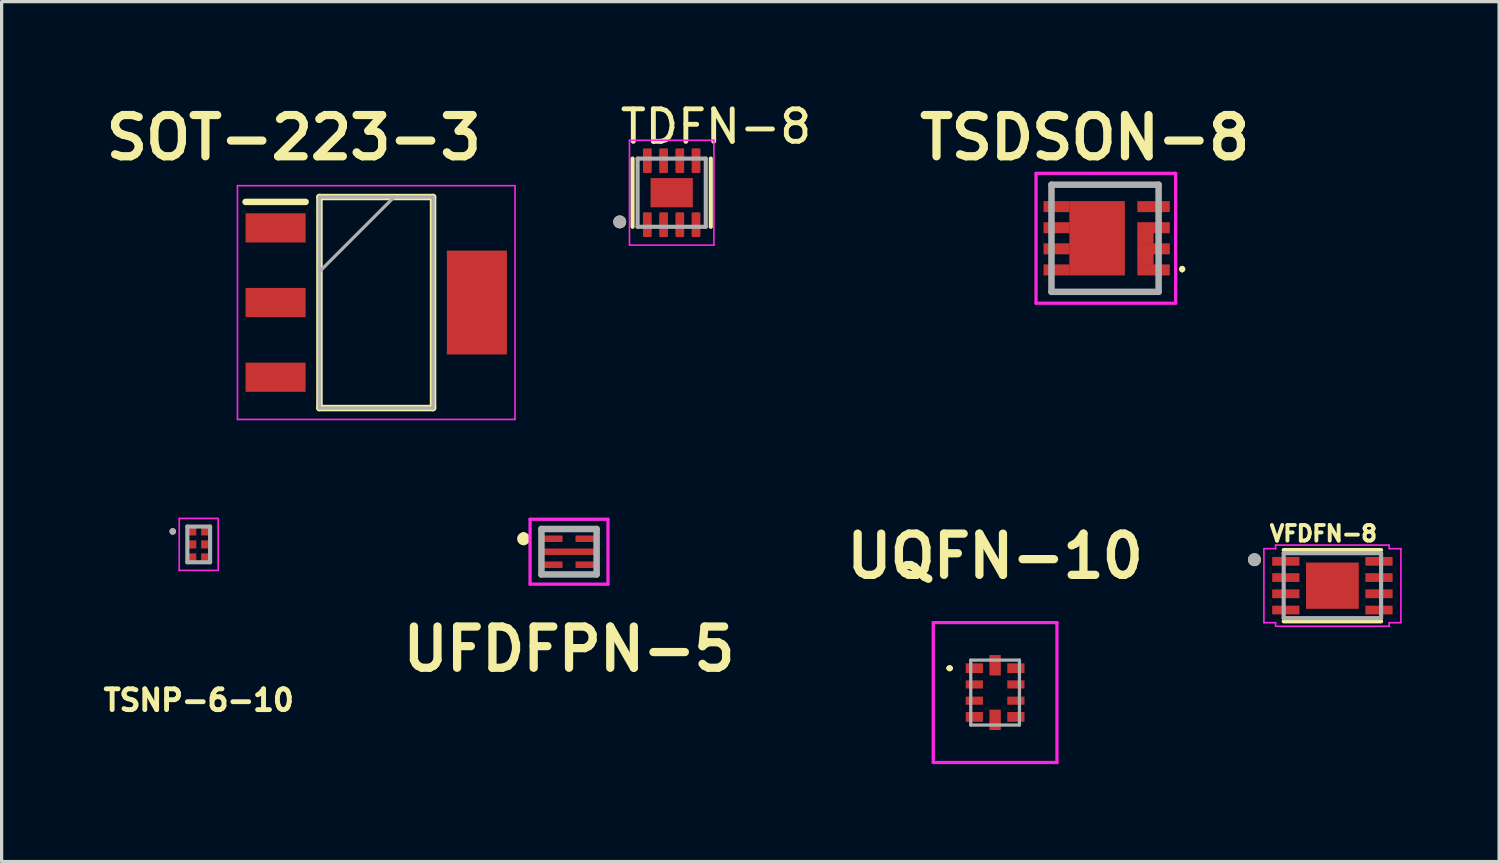
<source format=kicad_pcb>
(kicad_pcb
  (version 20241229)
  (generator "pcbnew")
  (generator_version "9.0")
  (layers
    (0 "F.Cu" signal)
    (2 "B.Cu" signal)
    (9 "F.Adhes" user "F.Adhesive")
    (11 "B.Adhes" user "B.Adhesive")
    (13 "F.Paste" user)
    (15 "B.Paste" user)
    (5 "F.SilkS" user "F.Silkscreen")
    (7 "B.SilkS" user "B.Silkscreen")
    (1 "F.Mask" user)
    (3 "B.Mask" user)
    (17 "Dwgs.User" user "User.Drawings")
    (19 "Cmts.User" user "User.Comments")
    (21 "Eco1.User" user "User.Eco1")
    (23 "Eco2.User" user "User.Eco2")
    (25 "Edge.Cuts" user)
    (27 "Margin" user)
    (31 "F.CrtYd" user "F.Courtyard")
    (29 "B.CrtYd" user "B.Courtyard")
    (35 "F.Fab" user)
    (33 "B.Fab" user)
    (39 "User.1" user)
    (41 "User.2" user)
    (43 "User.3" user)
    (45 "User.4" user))
  (footprint "TSDSON-8"
    (layer "F.Cu")
    (at 30.362 4.289)
    (property "Reference" "TSDSON-8" (at 0 -3.1 0) (layer "F.SilkS") (effects (font (size 1.27 1.27) (thickness 0.254))))
    (attr smd)
    (fp_line (start -1.025 -1.65) (end 2.275 -1.65) (stroke (width 0.1) (type solid)) (layer "F.SilkS"))
    (fp_line (start -1.025 -1.5) (end -1.025 -1.65) (stroke (width 0.1) (type solid)) (layer "F.SilkS"))
    (fp_line (start -1.025 1.5) (end -1.025 1.65) (stroke (width 0.1) (type solid)) (layer "F.SilkS"))
    (fp_line (start -1.025 1.65) (end 2.275 1.65) (stroke (width 0.1) (type solid)) (layer "F.SilkS"))
    (fp_line (start 2.275 -1.65) (end 2.275 -1.5) (stroke (width 0.1) (type solid)) (layer "F.SilkS"))
    (fp_line (start 2.275 1.65) (end 2.275 1.5) (stroke (width 0.1) (type solid)) (layer "F.SilkS"))
    (fp_line (start 3 0.9) (end 3 0.9) (stroke (width 0.1) (type solid)) (layer "F.SilkS"))
    (fp_line (start 3 1) (end 3 1) (stroke (width 0.1) (type solid)) (layer "F.SilkS"))
    (fp_arc (start 3 0.9) (mid 3.05 0.95) (end 3 1) (stroke (width 0.1) (type solid)) (layer "F.SilkS"))
    (fp_arc (start 3 1) (mid 2.95 0.95) (end 3 0.9) (stroke (width 0.1) (type solid)) (layer "F.SilkS"))
    (fp_line (start -1.5 -2) (end 2.8 -2) (stroke (width 0.1) (type solid)) (layer "F.CrtYd"))
    (fp_line (start -1.5 2) (end -1.5 -2) (stroke (width 0.1) (type solid)) (layer "F.CrtYd"))
    (fp_line (start 2.8 -2) (end 2.8 2) (stroke (width 0.1) (type solid)) (layer "F.CrtYd"))
    (fp_line (start 2.8 2) (end -1.5 2) (stroke (width 0.1) (type solid)) (layer "F.CrtYd"))
    (fp_line (start -1.025 -1.65) (end 2.275 -1.65) (stroke (width 0.2) (type solid)) (layer "F.Fab"))
    (fp_line (start -1.025 1.65) (end -1.025 -1.65) (stroke (width 0.2) (type solid)) (layer "F.Fab"))
    (fp_line (start 2.275 -1.65) (end 2.275 1.65) (stroke (width 0.2) (type solid)) (layer "F.Fab"))
    (fp_line (start 2.275 1.65) (end -1.025 1.65) (stroke (width 0.2) (type solid)) (layer "F.Fab"))
    (pad "1" smd rect (at 2.12 0.975 90) (size 0.34 1) (layers "F.Cu" "F.Mask" "F.Paste"))
    (pad "2" smd rect (at 2.12 0.325 90) (size 0.34 1) (layers "F.Cu" "F.Mask" "F.Paste"))
    (pad "3" smd rect (at 2.12 -0.325 90) (size 0.34 1) (layers "F.Cu" "F.Mask" "F.Paste"))
    (pad "4" smd rect (at 2.12 -0.975 90) (size 0.34 1) (layers "F.Cu" "F.Mask" "F.Paste"))
    (pad "5" smd rect (at -0.87 -0.975 90) (size 0.34 0.8) (layers "F.Cu" "F.Mask" "F.Paste"))
    (pad "6" smd rect (at -0.87 -0.325 90) (size 0.34 0.8) (layers "F.Cu" "F.Mask" "F.Paste"))
    (pad "7" smd rect (at -0.87 0.325 90) (size 0.34 0.8) (layers "F.Cu" "F.Mask" "F.Paste"))
    (pad "8" smd rect (at -0.87 0.975 90) (size 0.34 0.8) (layers "F.Cu" "F.Mask" "F.Paste"))
    (pad "9" smd rect (at 0.38 0) (size 1.71 2.29) (layers "F.Cu" "F.Mask" "F.Paste"))
    (pad "10" smd rect (at 1.87 0 90) (size 0.34 0.5) (layers "F.Cu" "F.Mask" "F.Paste"))
    (pad "11" smd rect (at 1.87 0.65 90) (size 0.34 0.5) (layers "F.Cu" "F.Mask" "F.Paste")))
  (footprint "TSNP-6-10"
    (layer "F.Cu")
    (at 3.071 13.719)
    (property "Reference" "TSNP-6-10" (at 0 4.8 0) (layer "F.SilkS") (effects (font (size 0.64 0.64) (thickness 0.15))))
    (attr smd)
    (fp_poly (pts (xy -0.35 -0.55) (xy -0.05 -0.55) (xy -0.05 -0.25) (xy -0.35 -0.25)) (stroke (width 0.01) (type solid)) (fill yes) (layer "F.Mask"))
    (fp_poly (pts (xy -0.35 -0.15) (xy -0.05 -0.15) (xy -0.05 0.15) (xy -0.35 0.15)) (stroke (width 0.01) (type solid)) (fill yes) (layer "F.Mask"))
    (fp_poly (pts (xy -0.35 0.25) (xy -0.05 0.25) (xy -0.05 0.55) (xy -0.35 0.55)) (stroke (width 0.01) (type solid)) (fill yes) (layer "F.Mask"))
    (fp_poly (pts (xy 0.05 -0.55) (xy 0.35 -0.55) (xy 0.35 -0.25) (xy 0.05 -0.25)) (stroke (width 0.01) (type solid)) (fill yes) (layer "F.Mask"))
    (fp_poly (pts (xy 0.05 -0.15) (xy 0.35 -0.15) (xy 0.35 0.15) (xy 0.05 0.15)) (stroke (width 0.01) (type solid)) (fill yes) (layer "F.Mask"))
    (fp_poly (pts (xy 0.05 0.25) (xy 0.35 0.25) (xy 0.35 0.55) (xy 0.05 0.55)) (stroke (width 0.01) (type solid)) (fill yes) (layer "F.Mask"))
    (fp_circle (center -0.8 -0.4) (end -0.75 -0.4) (stroke (width 0.1) (type solid)) (fill no) (layer "F.SilkS"))
    (fp_circle (center -0.2 -0.4) (end -0.138 -0.4) (stroke (width 0.125) (type solid)) (fill no) (layer "F.Paste"))
    (fp_circle (center -0.2 0) (end -0.138 0) (stroke (width 0.125) (type solid)) (fill no) (layer "F.Paste"))
    (fp_circle (center -0.2 0.4) (end -0.138 0.4) (stroke (width 0.125) (type solid)) (fill no) (layer "F.Paste"))
    (fp_circle (center 0.2 -0.4) (end 0.263 -0.4) (stroke (width 0.125) (type solid)) (fill no) (layer "F.Paste"))
    (fp_circle (center 0.2 0) (end 0.263 0) (stroke (width 0.125) (type solid)) (fill no) (layer "F.Paste"))
    (fp_circle (center 0.2 0.4) (end 0.263 0.4) (stroke (width 0.125) (type solid)) (fill no) (layer "F.Paste"))
    (fp_line (start -0.6 -0.8) (end 0.6 -0.8) (stroke (width 0.05) (type solid)) (layer "F.CrtYd"))
    (fp_line (start -0.6 0.8) (end -0.6 -0.8) (stroke (width 0.05) (type solid)) (layer "F.CrtYd"))
    (fp_line (start 0.6 -0.8) (end 0.6 0.8) (stroke (width 0.05) (type solid)) (layer "F.CrtYd"))
    (fp_line (start 0.6 0.8) (end -0.6 0.8) (stroke (width 0.05) (type solid)) (layer "F.CrtYd"))
    (fp_line (start -0.35 -0.55) (end 0.35 -0.55) (stroke (width 0.127) (type solid)) (layer "F.Fab"))
    (fp_line (start -0.35 0.55) (end -0.35 -0.55) (stroke (width 0.127) (type solid)) (layer "F.Fab"))
    (fp_line (start 0.35 -0.55) (end 0.35 0.55) (stroke (width 0.127) (type solid)) (layer "F.Fab"))
    (fp_line (start 0.35 0.55) (end -0.35 0.55) (stroke (width 0.127) (type solid)) (layer "F.Fab"))
    (fp_circle (center -0.8 -0.4) (end -0.75 -0.4) (stroke (width 0.1) (type solid)) (fill no) (layer "F.Fab"))
    (pad "1" smd rect (at -0.2 -0.4 90) (size 0.25 0.25) (layers "F.Cu"))
    (pad "2" smd rect (at -0.2 0 90) (size 0.25 0.25) (layers "F.Cu"))
    (pad "3" smd rect (at -0.2 0.4 90) (size 0.25 0.25) (layers "F.Cu"))
    (pad "4" smd rect (at 0.2 0.4 90) (size 0.25 0.25) (layers "F.Cu"))
    (pad "5" smd rect (at 0.2 0 90) (size 0.25 0.25) (layers "F.Cu"))
    (pad "6" smd rect (at 0.2 -0.4 90) (size 0.25 0.25) (layers "F.Cu")))
  (footprint "TDFN-8"
    (layer "F.Cu")
    (at 17.639 2.865)
    (property "Reference" "TDFN-8" (at 1.365 -2.017 0) (layer "F.SilkS") (effects (font (size 1 1) (thickness 0.15))))
    (attr smd)
    (fp_line (start -1.205 1.07) (end -1.205 -1.03) (stroke (width 0.127) (type solid)) (layer "F.SilkS"))
    (fp_line (start 1.205 1.07) (end 1.205 -1.03) (stroke (width 0.127) (type solid)) (layer "F.SilkS"))
    (fp_circle (center -1.6 0.92) (end -1.6 0.82) (stroke (width 0.2) (type solid)) (fill no) (layer "F.SilkS"))
    (fp_rect (start -0.41 -0.26) (end 0.41 0.3) (stroke (width 0.01) (type solid)) (fill yes) (layer "F.Paste"))
    (fp_line (start -1.3 -1.595) (end 1.3 -1.595) (stroke (width 0.05) (type solid)) (layer "F.CrtYd"))
    (fp_line (start -1.3 1.635) (end -1.3 -1.595) (stroke (width 0.05) (type solid)) (layer "F.CrtYd"))
    (fp_line (start -1.3 1.635) (end 1.3 1.635) (stroke (width 0.05) (type solid)) (layer "F.CrtYd"))
    (fp_line (start 1.3 1.635) (end 1.3 -1.595) (stroke (width 0.05) (type solid)) (layer "F.CrtYd"))
    (fp_line (start -1.05 -1.03) (end 1.05 -1.03) (stroke (width 0.127) (type solid)) (layer "F.Fab"))
    (fp_line (start -1.05 1.07) (end -1.05 -1.03) (stroke (width 0.127) (type solid)) (layer "F.Fab"))
    (fp_line (start -1.05 1.07) (end 1.05 1.07) (stroke (width 0.127) (type solid)) (layer "F.Fab"))
    (fp_line (start 1.05 1.07) (end 1.05 -1.03) (stroke (width 0.127) (type solid)) (layer "F.Fab"))
    (fp_circle (center -1.6 0.92) (end -1.6 0.82) (stroke (width 0.2) (type solid)) (fill no) (layer "F.Fab"))
    (pad "1" smd roundrect (at -0.75 1.005 90) (size 0.76 0.27) (layers "F.Cu" "F.Mask" "F.Paste") (roundrect_rratio 0.125))
    (pad "2" smd roundrect (at -0.25 1.005 90) (size 0.76 0.27) (layers "F.Cu" "F.Mask" "F.Paste") (roundrect_rratio 0.125))
    (pad "3" smd roundrect (at 0.25 1.005 90) (size 0.76 0.27) (layers "F.Cu" "F.Mask" "F.Paste") (roundrect_rratio 0.125))
    (pad "4" smd roundrect (at 0.75 1.005 90) (size 0.76 0.27) (layers "F.Cu" "F.Mask" "F.Paste") (roundrect_rratio 0.125))
    (pad "5" smd roundrect (at 0.75 -0.965 90) (size 0.76 0.27) (layers "F.Cu" "F.Mask" "F.Paste") (roundrect_rratio 0.125))
    (pad "6" smd roundrect (at 0.25 -0.965 90) (size 0.76 0.27) (layers "F.Cu" "F.Mask" "F.Paste") (roundrect_rratio 0.125))
    (pad "7" smd roundrect (at -0.25 -0.965 90) (size 0.76 0.27) (layers "F.Cu" "F.Mask" "F.Paste") (roundrect_rratio 0.125))
    (pad "8" smd roundrect (at -0.75 -0.965 90) (size 0.76 0.27) (layers "F.Cu" "F.Mask" "F.Paste") (roundrect_rratio 0.125))
    (pad "9" smd rect (at 0 0.02 90) (size 0.9 1.3) (layers "F.Cu" "F.Mask")))
  (footprint "UFDFPN-5"
    (layer "F.Cu")
    (at 14.477 13.944)
    (property "Reference" "UFDFPN-5" (at 0 3 0) (layer "F.SilkS") (effects (font (size 1.27 1.27) (thickness 0.254))))
    (attr smd)
    (fp_line (start -1.4 -0.5) (end -1.4 -0.5) (stroke (width 0.2) (type solid)) (layer "F.SilkS"))
    (fp_line (start -1.4 -0.3) (end -1.4 -0.3) (stroke (width 0.2) (type solid)) (layer "F.SilkS"))
    (fp_line (start -0.05 -0.7) (end 0.05 -0.7) (stroke (width 0.1) (type solid)) (layer "F.SilkS"))
    (fp_line (start -0.05 0.7) (end 0.05 0.7) (stroke (width 0.1) (type solid)) (layer "F.SilkS"))
    (fp_arc (start -1.4 -0.5) (mid -1.3 -0.4) (end -1.4 -0.3) (stroke (width 0.2) (type solid)) (layer "F.SilkS"))
    (fp_arc (start -1.4 -0.3) (mid -1.5 -0.4) (end -1.4 -0.5) (stroke (width 0.2) (type solid)) (layer "F.SilkS"))
    (fp_line (start -1.2 -1) (end 1.2 -1) (stroke (width 0.1) (type solid)) (layer "F.CrtYd"))
    (fp_line (start -1.2 1) (end -1.2 -1) (stroke (width 0.1) (type solid)) (layer "F.CrtYd"))
    (fp_line (start 1.2 -1) (end 1.2 1) (stroke (width 0.1) (type solid)) (layer "F.CrtYd"))
    (fp_line (start 1.2 1) (end -1.2 1) (stroke (width 0.1) (type solid)) (layer "F.CrtYd"))
    (fp_line (start -0.85 -0.7) (end 0.85 -0.7) (stroke (width 0.2) (type solid)) (layer "F.Fab"))
    (fp_line (start -0.85 0.7) (end -0.85 -0.7) (stroke (width 0.2) (type solid)) (layer "F.Fab"))
    (fp_line (start 0.85 -0.7) (end 0.85 0.7) (stroke (width 0.2) (type solid)) (layer "F.Fab"))
    (fp_line (start 0.85 0.7) (end -0.85 0.7) (stroke (width 0.2) (type solid)) (layer "F.Fab"))
    (pad "1" smd rect (at -0.5 -0.4 90) (size 0.2 0.6) (layers "F.Cu" "F.Mask" "F.Paste"))
    (pad "2" smd rect (at 0 0 90) (size 0.2 1.6) (layers "F.Cu" "F.Mask" "F.Paste"))
    (pad "3" smd rect (at -0.5 0.4 90) (size 0.2 0.6) (layers "F.Cu" "F.Mask" "F.Paste"))
    (pad "4" smd rect (at 0.5 0.4 90) (size 0.2 0.6) (layers "F.Cu" "F.Mask" "F.Paste"))
    (pad "5" smd rect (at 0.5 -0.4 90) (size 0.2 0.6) (layers "F.Cu" "F.Mask" "F.Paste")))
  (footprint "UQFN-10"
    (layer "F.Cu")
    (at 27.601 18.282)
    (property "Reference" "UQFN-10" (at 0 -4.2 0) (layer "F.SilkS") (effects (font (size 1.27 1.27) (thickness 0.254))))
    (attr smd)
    (fp_line (start -1.45 -0.75) (end -1.45 -0.75) (stroke (width 0.1) (type solid)) (layer "F.SilkS"))
    (fp_line (start -1.35 -0.75) (end -1.35 -0.75) (stroke (width 0.1) (type solid)) (layer "F.SilkS"))
    (fp_arc (start -1.45 -0.75) (mid -1.4 -0.8) (end -1.35 -0.75) (stroke (width 0.1) (type solid)) (layer "F.SilkS"))
    (fp_arc (start -1.35 -0.75) (mid -1.4 -0.7) (end -1.45 -0.75) (stroke (width 0.1) (type solid)) (layer "F.SilkS"))
    (fp_line (start -1.905 -2.155) (end 1.905 -2.155) (stroke (width 0.1) (type solid)) (layer "F.CrtYd"))
    (fp_line (start -1.905 2.155) (end -1.905 -2.155) (stroke (width 0.1) (type solid)) (layer "F.CrtYd"))
    (fp_line (start 1.905 -2.155) (end 1.905 2.155) (stroke (width 0.1) (type solid)) (layer "F.CrtYd"))
    (fp_line (start 1.905 2.155) (end -1.905 2.155) (stroke (width 0.1) (type solid)) (layer "F.CrtYd"))
    (fp_line (start -0.75 -1) (end 0.75 -1) (stroke (width 0.1) (type solid)) (layer "F.Fab"))
    (fp_line (start -0.75 1) (end -0.75 -1) (stroke (width 0.1) (type solid)) (layer "F.Fab"))
    (fp_line (start 0.75 -1) (end 0.75 1) (stroke (width 0.1) (type solid)) (layer "F.Fab"))
    (fp_line (start 0.75 1) (end -0.75 1) (stroke (width 0.1) (type solid)) (layer "F.Fab"))
    (pad "1" smd rect (at -0.64 -0.75 90) (size 0.3 0.53) (layers "F.Cu" "F.Mask" "F.Paste"))
    (pad "2" smd rect (at -0.64 -0.25 90) (size 0.25 0.53) (layers "F.Cu" "F.Mask" "F.Paste"))
    (pad "3" smd rect (at -0.64 0.25 90) (size 0.25 0.53) (layers "F.Cu" "F.Mask" "F.Paste"))
    (pad "4" smd rect (at -0.64 0.75 90) (size 0.3 0.53) (layers "F.Cu" "F.Mask" "F.Paste"))
    (pad "5" smd rect (at 0 0.84) (size 0.35 0.63) (layers "F.Cu" "F.Mask" "F.Paste"))
    (pad "6" smd rect (at 0.64 0.75 90) (size 0.3 0.53) (layers "F.Cu" "F.Mask" "F.Paste"))
    (pad "7" smd rect (at 0.64 0.25 90) (size 0.25 0.53) (layers "F.Cu" "F.Mask" "F.Paste"))
    (pad "8" smd rect (at 0.64 -0.25 90) (size 0.25 0.53) (layers "F.Cu" "F.Mask" "F.Paste"))
    (pad "9" smd rect (at 0.64 -0.75 90) (size 0.3 0.53) (layers "F.Cu" "F.Mask" "F.Paste"))
    (pad "10" smd rect (at 0 -0.84) (size 0.35 0.63) (layers "F.Cu" "F.Mask" "F.Paste")))
  (footprint "VFDFN-8"
    (layer "F.Cu")
    (at 37.99 14.99)
    (property "Reference" "VFDFN-8" (at -0.276 -1.605 0) (layer "F.SilkS") (effects (font (size 0.48 0.48) (thickness 0.12))))
    (attr smd)
    (fp_line (start -1.5 -1.099) (end 1.5 -1.099) (stroke (width 0.127) (type solid)) (layer "F.SilkS"))
    (fp_line (start -1.5 1.099) (end 1.5 1.099) (stroke (width 0.127) (type solid)) (layer "F.SilkS"))
    (fp_circle (center -2.4 -0.8) (end -2.3 -0.8) (stroke (width 0.2) (type solid)) (fill no) (layer "F.SilkS"))
    (fp_poly (pts (xy -0.665 -0.49) (xy -0.075 -0.49) (xy -0.075 0.49) (xy -0.665 0.49)) (stroke (width 0.01) (type solid)) (fill yes) (layer "F.Paste"))
    (fp_poly (pts (xy 0.075 -0.49) (xy 0.665 -0.49) (xy 0.665 0.49) (xy 0.075 0.49)) (stroke (width 0.01) (type solid)) (fill yes) (layer "F.Paste"))
    (fp_line (start -2.11 -1.14) (end -1.75 -1.14) (stroke (width 0.05) (type solid)) (layer "F.CrtYd"))
    (fp_line (start -2.11 1.14) (end -2.11 -1.14) (stroke (width 0.05) (type solid)) (layer "F.CrtYd"))
    (fp_line (start -1.75 -1.25) (end 1.75 -1.25) (stroke (width 0.05) (type solid)) (layer "F.CrtYd"))
    (fp_line (start -1.75 -1.14) (end -1.75 -1.25) (stroke (width 0.05) (type solid)) (layer "F.CrtYd"))
    (fp_line (start -1.75 1.14) (end -2.11 1.14) (stroke (width 0.05) (type solid)) (layer "F.CrtYd"))
    (fp_line (start -1.75 1.25) (end -1.75 1.14) (stroke (width 0.05) (type solid)) (layer "F.CrtYd"))
    (fp_line (start 1.75 -1.25) (end 1.75 -1.14) (stroke (width 0.05) (type solid)) (layer "F.CrtYd"))
    (fp_line (start 1.75 -1.14) (end 2.11 -1.14) (stroke (width 0.05) (type solid)) (layer "F.CrtYd"))
    (fp_line (start 1.75 1.14) (end 1.75 1.25) (stroke (width 0.05) (type solid)) (layer "F.CrtYd"))
    (fp_line (start 1.75 1.25) (end -1.75 1.25) (stroke (width 0.05) (type solid)) (layer "F.CrtYd"))
    (fp_line (start 2.11 -1.14) (end 2.11 1.14) (stroke (width 0.05) (type solid)) (layer "F.CrtYd"))
    (fp_line (start 2.11 1.14) (end 1.75 1.14) (stroke (width 0.05) (type solid)) (layer "F.CrtYd"))
    (fp_line (start -1.5 -1) (end 1.5 -1) (stroke (width 0.127) (type solid)) (layer "F.Fab"))
    (fp_line (start -1.5 1) (end -1.5 -1) (stroke (width 0.127) (type solid)) (layer "F.Fab"))
    (fp_line (start 1.5 -1) (end 1.5 1) (stroke (width 0.127) (type solid)) (layer "F.Fab"))
    (fp_line (start 1.5 1) (end -1.5 1) (stroke (width 0.127) (type solid)) (layer "F.Fab"))
    (fp_circle (center -2.4 -0.8) (end -2.3 -0.8) (stroke (width 0.2) (type solid)) (fill no) (layer "F.Fab"))
    (pad "1" smd roundrect (at -1.435 -0.75) (size 0.84 0.27) (layers "F.Cu" "F.Mask" "F.Paste") (roundrect_rratio 0.035))
    (pad "2" smd roundrect (at -1.435 -0.25) (size 0.84 0.27) (layers "F.Cu" "F.Mask" "F.Paste") (roundrect_rratio 0.035))
    (pad "3" smd roundrect (at -1.435 0.25) (size 0.84 0.27) (layers "F.Cu" "F.Mask" "F.Paste") (roundrect_rratio 0.035))
    (pad "4" smd roundrect (at -1.435 0.75) (size 0.84 0.27) (layers "F.Cu" "F.Mask" "F.Paste") (roundrect_rratio 0.035))
    (pad "5" smd roundrect (at 1.435 0.75 180) (size 0.84 0.27) (layers "F.Cu" "F.Mask" "F.Paste") (roundrect_rratio 0.035))
    (pad "6" smd roundrect (at 1.435 0.25 180) (size 0.84 0.27) (layers "F.Cu" "F.Mask" "F.Paste") (roundrect_rratio 0.035))
    (pad "7" smd roundrect (at 1.435 -0.25 180) (size 0.84 0.27) (layers "F.Cu" "F.Mask" "F.Paste") (roundrect_rratio 0.035))
    (pad "8" smd roundrect (at 1.435 -0.75 180) (size 0.84 0.27) (layers "F.Cu" "F.Mask" "F.Paste") (roundrect_rratio 0.035))
    (pad "9" smd rect (at 0 0 180) (size 1.625 1.425) (layers "F.Cu" "F.Mask")))
  (footprint "SOT-223-3"
    (layer "F.Cu")
    (at 8.539 6.269)
    (property "Reference" "SOT-223-3" (at -2.54 -5.08 0) (layer "F.SilkS") (effects (font (size 1.27 1.27) (thickness 0.254))))
    (attr smd)
    (fp_line (start -4.025 -3.1) (end -2.175 -3.1) (stroke (width 0.2) (type solid)) (layer "F.SilkS"))
    (fp_line (start -1.75 -3.25) (end 1.75 -3.25) (stroke (width 0.2) (type solid)) (layer "F.SilkS"))
    (fp_line (start -1.75 3.25) (end -1.75 -3.25) (stroke (width 0.2) (type solid)) (layer "F.SilkS"))
    (fp_line (start 1.75 -3.25) (end 1.75 3.25) (stroke (width 0.2) (type solid)) (layer "F.SilkS"))
    (fp_line (start 1.75 3.25) (end -1.75 3.25) (stroke (width 0.2) (type solid)) (layer "F.SilkS"))
    (fp_line (start -4.275 -3.6) (end 4.275 -3.6) (stroke (width 0.05) (type solid)) (layer "F.CrtYd"))
    (fp_line (start -4.275 3.6) (end -4.275 -3.6) (stroke (width 0.05) (type solid)) (layer "F.CrtYd"))
    (fp_line (start 4.275 -3.6) (end 4.275 3.6) (stroke (width 0.05) (type solid)) (layer "F.CrtYd"))
    (fp_line (start 4.275 3.6) (end -4.275 3.6) (stroke (width 0.05) (type solid)) (layer "F.CrtYd"))
    (fp_line (start -1.75 -3.25) (end 1.75 -3.25) (stroke (width 0.1) (type solid)) (layer "F.Fab"))
    (fp_line (start -1.75 -0.95) (end 0.55 -3.25) (stroke (width 0.1) (type solid)) (layer "F.Fab"))
    (fp_line (start -1.75 3.25) (end -1.75 -3.25) (stroke (width 0.1) (type solid)) (layer "F.Fab"))
    (fp_line (start 1.75 -3.25) (end 1.75 3.25) (stroke (width 0.1) (type solid)) (layer "F.Fab"))
    (fp_line (start 1.75 3.25) (end -1.75 3.25) (stroke (width 0.1) (type solid)) (layer "F.Fab"))
    (pad "1" smd rect (at -3.1 -2.3 90) (size 0.9 1.85) (layers "F.Cu" "F.Mask" "F.Paste"))
    (pad "2" smd rect (at -3.1 0 90) (size 0.9 1.85) (layers "F.Cu" "F.Mask" "F.Paste"))
    (pad "3" smd rect (at -3.1 2.3 90) (size 0.9 1.85) (layers "F.Cu" "F.Mask" "F.Paste"))
    (pad "4" smd rect (at 3.1 0) (size 1.85 3.2) (layers "F.Cu" "F.Mask" "F.Paste")))
  (gr_rect
    (start -3 -3)
    (end 43.125 23.487)
    (stroke (width 0.1) (type default))
    (fill no)
    (layer "Edge.Cuts")))
</source>
